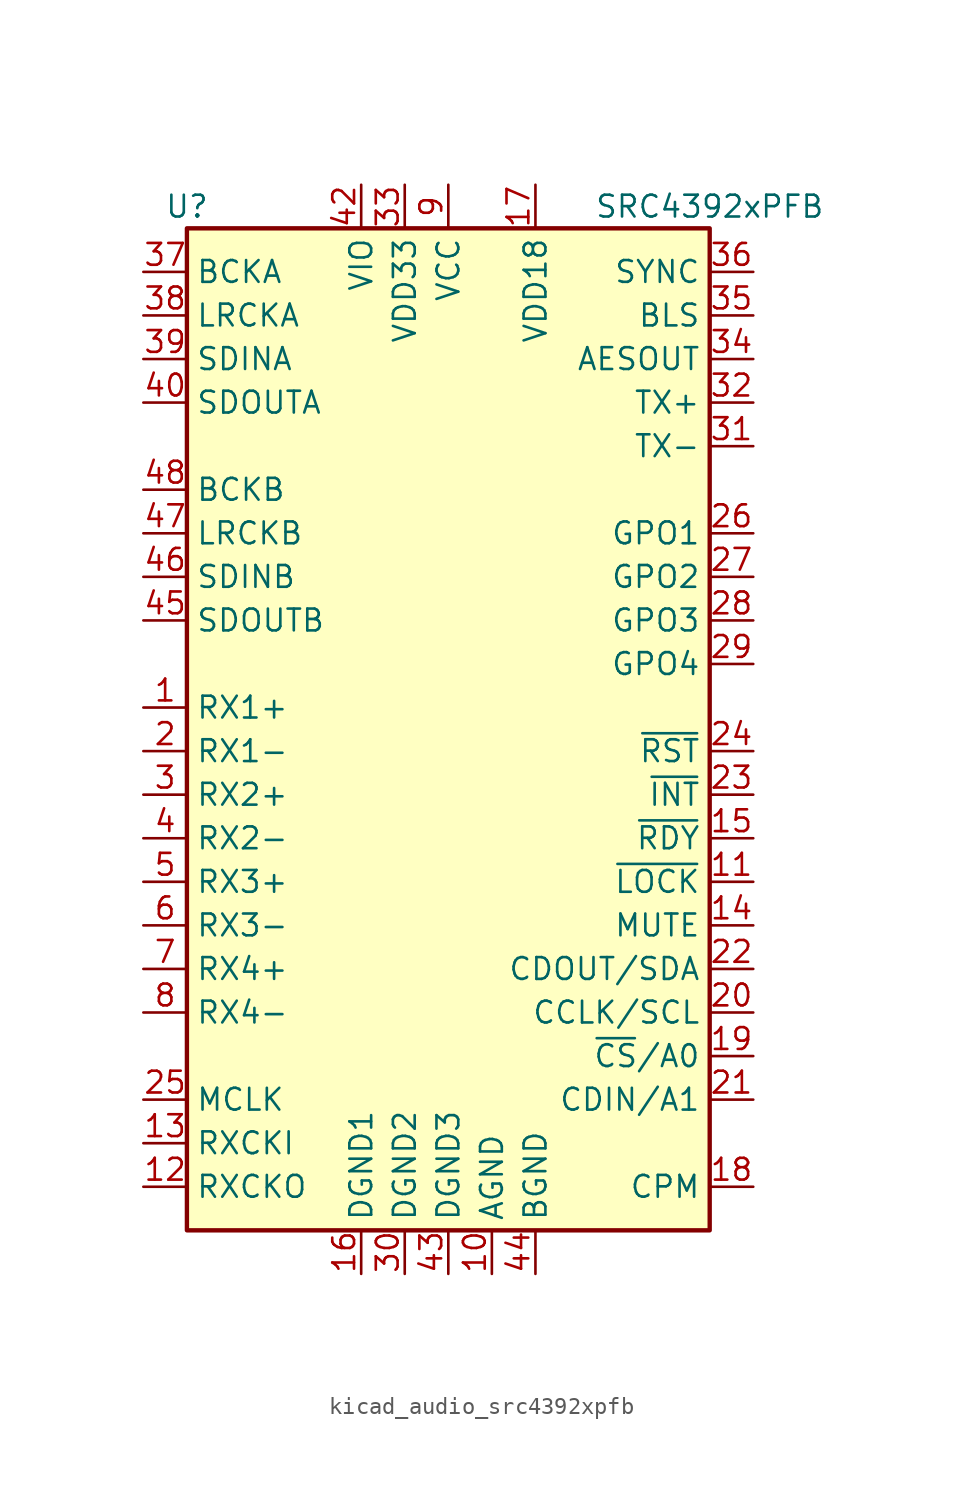
<source format=kicad_sym>
(kicad_symbol_lib
  (version 20220914)
  (generator kicad_symbol_editor)
  (symbol "kicad_audio_src4392xpfb"
    (property "Reference" "U"
      (at -15.24 31.75 0)
      (effects (font (size 1.27 1.27))))
    (property "Value" "SRC4392xPFB"
      (at 15.24 31.75 0)
      (effects (font (size 1.27 1.27))))
    (symbol "kicad_audio_src4392xpfb_0_1"
      (rectangle (start -15.24 30.48) (end 15.24 -27.94) (stroke (width 0.254) (type default)) (fill (type background))))
    (symbol "kicad_audio_src4392xpfb_1_1"
      (pin input line (at -17.78 2.54 0) (length 2.54) (name "RX1+" (effects (font (size 1.27 1.27)))) (number "1" (effects (font (size 1.27 1.27)))))
      (pin power_in line (at 2.54 -30.48 90) (length 2.54) (name "AGND" (effects (font (size 1.27 1.27)))) (number "10" (effects (font (size 1.27 1.27)))))
      (pin output line (at 17.78 -7.62 180) (length 2.54) (name "~{LOCK}" (effects (font (size 1.27 1.27)))) (number "11" (effects (font (size 1.27 1.27)))))
      (pin output line (at -17.78 -25.4 0) (length 2.54) (name "RXCKO" (effects (font (size 1.27 1.27)))) (number "12" (effects (font (size 1.27 1.27)))))
      (pin input line (at -17.78 -22.86 0) (length 2.54) (name "RXCKI" (effects (font (size 1.27 1.27)))) (number "13" (effects (font (size 1.27 1.27)))))
      (pin input line (at 17.78 -10.16 180) (length 2.54) (name "MUTE" (effects (font (size 1.27 1.27)))) (number "14" (effects (font (size 1.27 1.27)))))
      (pin output line (at 17.78 -5.08 180) (length 2.54) (name "~{RDY}" (effects (font (size 1.27 1.27)))) (number "15" (effects (font (size 1.27 1.27)))))
      (pin power_in line (at -5.08 -30.48 90) (length 2.54) (name "DGND1" (effects (font (size 1.27 1.27)))) (number "16" (effects (font (size 1.27 1.27)))))
      (pin power_in line (at 5.08 33.02 270) (length 2.54) (name "VDD18" (effects (font (size 1.27 1.27)))) (number "17" (effects (font (size 1.27 1.27)))))
      (pin input line (at 17.78 -25.4 180) (length 2.54) (name "CPM" (effects (font (size 1.27 1.27)))) (number "18" (effects (font (size 1.27 1.27)))))
      (pin input line (at 17.78 -17.78 180) (length 2.54) (name "~{CS}/A0" (effects (font (size 1.27 1.27)))) (number "19" (effects (font (size 1.27 1.27)))))
      (pin input line (at -17.78 0 0) (length 2.54) (name "RX1-" (effects (font (size 1.27 1.27)))) (number "2" (effects (font (size 1.27 1.27)))))
      (pin input line (at 17.78 -15.24 180) (length 2.54) (name "CCLK/SCL" (effects (font (size 1.27 1.27)))) (number "20" (effects (font (size 1.27 1.27)))))
      (pin input line (at 17.78 -20.32 180) (length 2.54) (name "CDIN/A1" (effects (font (size 1.27 1.27)))) (number "21" (effects (font (size 1.27 1.27)))))
      (pin bidirectional line (at 17.78 -12.7 180) (length 2.54) (name "CDOUT/SDA" (effects (font (size 1.27 1.27)))) (number "22" (effects (font (size 1.27 1.27)))))
      (pin open_collector line (at 17.78 -2.54 180) (length 2.54) (name "~{INT}" (effects (font (size 1.27 1.27)))) (number "23" (effects (font (size 1.27 1.27)))))
      (pin input line (at 17.78 0 180) (length 2.54) (name "~{RST}" (effects (font (size 1.27 1.27)))) (number "24" (effects (font (size 1.27 1.27)))))
      (pin input line (at -17.78 -20.32 0) (length 2.54) (name "MCLK" (effects (font (size 1.27 1.27)))) (number "25" (effects (font (size 1.27 1.27)))))
      (pin output line (at 17.78 12.7 180) (length 2.54) (name "GPO1" (effects (font (size 1.27 1.27)))) (number "26" (effects (font (size 1.27 1.27)))))
      (pin output line (at 17.78 10.16 180) (length 2.54) (name "GPO2" (effects (font (size 1.27 1.27)))) (number "27" (effects (font (size 1.27 1.27)))))
      (pin output line (at 17.78 7.62 180) (length 2.54) (name "GPO3" (effects (font (size 1.27 1.27)))) (number "28" (effects (font (size 1.27 1.27)))))
      (pin output line (at 17.78 5.08 180) (length 2.54) (name "GPO4" (effects (font (size 1.27 1.27)))) (number "29" (effects (font (size 1.27 1.27)))))
      (pin input line (at -17.78 -2.54 0) (length 2.54) (name "RX2+" (effects (font (size 1.27 1.27)))) (number "3" (effects (font (size 1.27 1.27)))))
      (pin power_in line (at -2.54 -30.48 90) (length 2.54) (name "DGND2" (effects (font (size 1.27 1.27)))) (number "30" (effects (font (size 1.27 1.27)))))
      (pin output line (at 17.78 17.78 180) (length 2.54) (name "TX-" (effects (font (size 1.27 1.27)))) (number "31" (effects (font (size 1.27 1.27)))))
      (pin output line (at 17.78 20.32 180) (length 2.54) (name "TX+" (effects (font (size 1.27 1.27)))) (number "32" (effects (font (size 1.27 1.27)))))
      (pin power_in line (at -2.54 33.02 270) (length 2.54) (name "VDD33" (effects (font (size 1.27 1.27)))) (number "33" (effects (font (size 1.27 1.27)))))
      (pin output line (at 17.78 22.86 180) (length 2.54) (name "AESOUT" (effects (font (size 1.27 1.27)))) (number "34" (effects (font (size 1.27 1.27)))))
      (pin bidirectional line (at 17.78 25.4 180) (length 2.54) (name "BLS" (effects (font (size 1.27 1.27)))) (number "35" (effects (font (size 1.27 1.27)))))
      (pin output line (at 17.78 27.94 180) (length 2.54) (name "SYNC" (effects (font (size 1.27 1.27)))) (number "36" (effects (font (size 1.27 1.27)))))
      (pin bidirectional line (at -17.78 27.94 0) (length 2.54) (name "BCKA" (effects (font (size 1.27 1.27)))) (number "37" (effects (font (size 1.27 1.27)))))
      (pin bidirectional line (at -17.78 25.4 0) (length 2.54) (name "LRCKA" (effects (font (size 1.27 1.27)))) (number "38" (effects (font (size 1.27 1.27)))))
      (pin input line (at -17.78 22.86 0) (length 2.54) (name "SDINA" (effects (font (size 1.27 1.27)))) (number "39" (effects (font (size 1.27 1.27)))))
      (pin input line (at -17.78 -5.08 0) (length 2.54) (name "RX2-" (effects (font (size 1.27 1.27)))) (number "4" (effects (font (size 1.27 1.27)))))
      (pin output line (at -17.78 20.32 0) (length 2.54) (name "SDOUTA" (effects (font (size 1.27 1.27)))) (number "40" (effects (font (size 1.27 1.27)))))
      (pin no_connect line (at 10.16 -27.94 90) (length 2.54) hide (name "NC" (effects (font (size 1.27 1.27)))) (number "41" (effects (font (size 1.27 1.27)))))
      (pin power_in line (at -5.08 33.02 270) (length 2.54) (name "VIO" (effects (font (size 1.27 1.27)))) (number "42" (effects (font (size 1.27 1.27)))))
      (pin power_in line (at 0 -30.48 90) (length 2.54) (name "DGND3" (effects (font (size 1.27 1.27)))) (number "43" (effects (font (size 1.27 1.27)))))
      (pin power_in line (at 5.08 -30.48 90) (length 2.54) (name "BGND" (effects (font (size 1.27 1.27)))) (number "44" (effects (font (size 1.27 1.27)))))
      (pin output line (at -17.78 7.62 0) (length 2.54) (name "SDOUTB" (effects (font (size 1.27 1.27)))) (number "45" (effects (font (size 1.27 1.27)))))
      (pin input line (at -17.78 10.16 0) (length 2.54) (name "SDINB" (effects (font (size 1.27 1.27)))) (number "46" (effects (font (size 1.27 1.27)))))
      (pin bidirectional line (at -17.78 12.7 0) (length 2.54) (name "LRCKB" (effects (font (size 1.27 1.27)))) (number "47" (effects (font (size 1.27 1.27)))))
      (pin bidirectional line (at -17.78 15.24 0) (length 2.54) (name "BCKB" (effects (font (size 1.27 1.27)))) (number "48" (effects (font (size 1.27 1.27)))))
      (pin input line (at -17.78 -7.62 0) (length 2.54) (name "RX3+" (effects (font (size 1.27 1.27)))) (number "5" (effects (font (size 1.27 1.27)))))
      (pin input line (at -17.78 -10.16 0) (length 2.54) (name "RX3-" (effects (font (size 1.27 1.27)))) (number "6" (effects (font (size 1.27 1.27)))))
      (pin input line (at -17.78 -12.7 0) (length 2.54) (name "RX4+" (effects (font (size 1.27 1.27)))) (number "7" (effects (font (size 1.27 1.27)))))
      (pin input line (at -17.78 -15.24 0) (length 2.54) (name "RX4-" (effects (font (size 1.27 1.27)))) (number "8" (effects (font (size 1.27 1.27)))))
      (pin power_in line (at 0 33.02 270) (length 2.54) (name "VCC" (effects (font (size 1.27 1.27)))) (number "9" (effects (font (size 1.27 1.27))))))))
</source>
